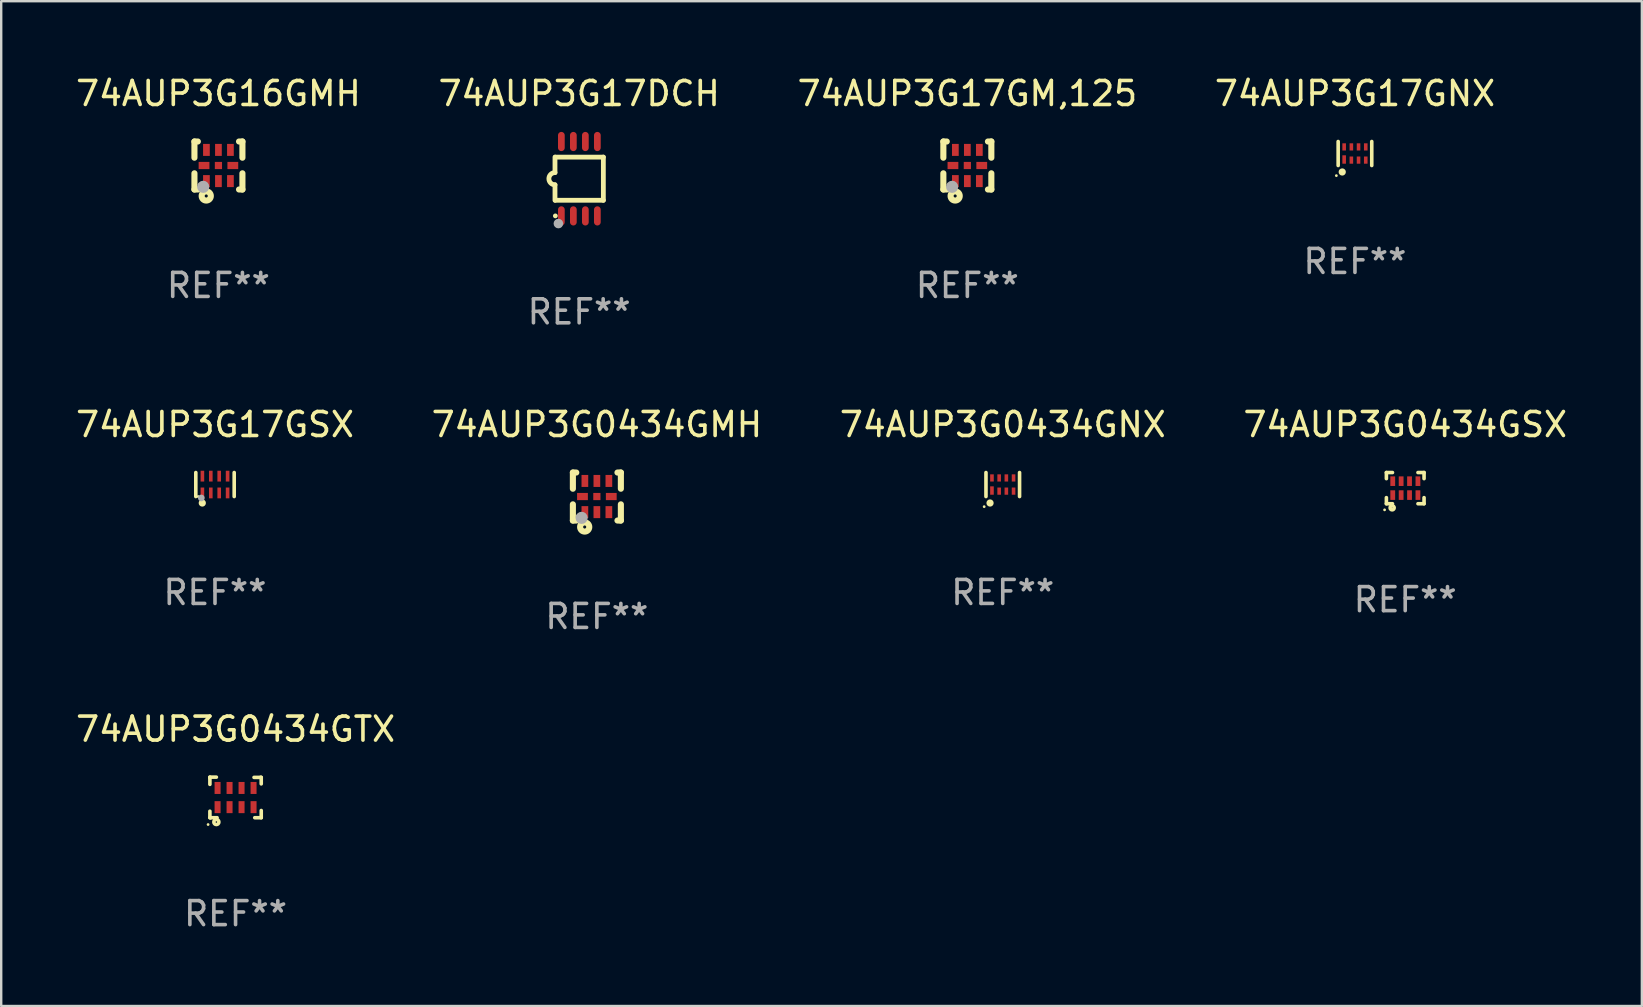
<source format=kicad_pcb>
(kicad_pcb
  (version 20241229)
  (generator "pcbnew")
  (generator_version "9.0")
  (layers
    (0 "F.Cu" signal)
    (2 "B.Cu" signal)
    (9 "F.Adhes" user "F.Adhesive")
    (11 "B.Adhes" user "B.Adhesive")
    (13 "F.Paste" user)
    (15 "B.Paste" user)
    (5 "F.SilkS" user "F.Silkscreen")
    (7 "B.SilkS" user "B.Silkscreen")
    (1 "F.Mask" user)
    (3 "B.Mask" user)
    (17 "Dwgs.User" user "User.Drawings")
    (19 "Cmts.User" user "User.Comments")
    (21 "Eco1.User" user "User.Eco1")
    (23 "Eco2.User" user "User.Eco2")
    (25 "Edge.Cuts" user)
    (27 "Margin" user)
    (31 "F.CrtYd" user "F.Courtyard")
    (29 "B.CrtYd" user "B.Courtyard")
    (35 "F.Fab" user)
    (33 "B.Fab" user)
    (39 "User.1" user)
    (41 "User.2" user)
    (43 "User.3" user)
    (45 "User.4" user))
  (footprint "74AUP3G17DCH"
    (layer "F.Cu")
    (at 21.089 4.398)
    (property "Reference" "74AUP3G17DCH" (at 0 -3.55 0) (layer "F.SilkS") (effects (font (size 1 1) (thickness 0.15))))
    (attr through_hole)
    (fp_line (start -1.008 -0.254) (end -1.008 -0.9) (stroke (width 0.2) (type solid)) (layer "F.SilkS"))
    (fp_line (start -1.008 0.254) (end -1.008 0.9) (stroke (width 0.2) (type solid)) (layer "F.SilkS"))
    (fp_line (start -0.992 0.9) (end 1.008 0.9) (stroke (width 0.2) (type solid)) (layer "F.SilkS"))
    (fp_line (start 1.008 -0.9) (end -0.992 -0.9) (stroke (width 0.2) (type solid)) (layer "F.SilkS"))
    (fp_line (start 1.008 0.9) (end 1.008 -0.9) (stroke (width 0.2) (type solid)) (layer "F.SilkS"))
    (fp_arc (start -1.008001 0.254001) (mid -1.262002 0) (end -1.008001 -0.254001) (stroke (width 0.2) (type solid)) (layer "F.SilkS"))
    (fp_circle (center -0.992 1.55) (end -0.942 1.55) (stroke (width 0.1) (type solid)) (fill no) (layer "F.SilkS"))
    (fp_circle (center -0.866 1.87) (end -0.766 1.87) (stroke (width 0.2) (type solid)) (fill no) (layer "F.Fab"))
    (fp_text user "REF**" (at 0 5.55 0) (layer "F.Fab") (effects (font (size 1 1) (thickness 0.15))))
    (pad "1" smd oval (at -0.742 1.55 270) (size 0.8 0.28) (layers "F.Cu" "F.Mask" "F.Paste"))
    (pad "2" smd oval (at -0.242 1.55 270) (size 0.8 0.28) (layers "F.Cu" "F.Mask" "F.Paste"))
    (pad "3" smd oval (at 0.258 1.55 270) (size 0.8 0.28) (layers "F.Cu" "F.Mask" "F.Paste"))
    (pad "4" smd oval (at 0.758 1.55 270) (size 0.8 0.28) (layers "F.Cu" "F.Mask" "F.Paste"))
    (pad "5" smd oval (at 0.758 -1.55 270) (size 0.8 0.28) (layers "F.Cu" "F.Mask" "F.Paste"))
    (pad "6" smd oval (at 0.258 -1.55 270) (size 0.8 0.28) (layers "F.Cu" "F.Mask" "F.Paste"))
    (pad "7" smd oval (at -0.242 -1.55 270) (size 0.8 0.28) (layers "F.Cu" "F.Mask" "F.Paste"))
    (pad "8" smd oval (at -0.742 -1.55 270) (size 0.8 0.28) (layers "F.Cu" "F.Mask" "F.Paste")))
  (footprint "74AUP3G0434GMH"
    (layer "F.Cu")
    (at 21.827 17.645)
    (property "Reference" "74AUP3G0434GMH" (at 0 -3 0) (layer "F.SilkS") (effects (font (size 1 1) (thickness 0.15))))
    (attr through_hole)
    (fp_line (start -1 -1) (end -0.858 -1) (stroke (width 0.254) (type solid)) (layer "F.SilkS"))
    (fp_line (start -1 -0.325) (end -1 -1) (stroke (width 0.254) (type solid)) (layer "F.SilkS"))
    (fp_line (start -1 1) (end -1 0.325) (stroke (width 0.254) (type solid)) (layer "F.SilkS"))
    (fp_line (start -0.858 1) (end -1 1) (stroke (width 0.254) (type solid)) (layer "F.SilkS"))
    (fp_line (start 0.858 -1) (end 1 -1) (stroke (width 0.254) (type solid)) (layer "F.SilkS"))
    (fp_line (start 1 -1) (end 1 -0.325) (stroke (width 0.254) (type solid)) (layer "F.SilkS"))
    (fp_line (start 1 0.325) (end 1 1) (stroke (width 0.254) (type solid)) (layer "F.SilkS"))
    (fp_line (start 1 1) (end 0.858 1) (stroke (width 0.254) (type solid)) (layer "F.SilkS"))
    (fp_circle (center -0.8 0.8) (end -0.77 0.8) (stroke (width 0.06) (type solid)) (fill no) (layer "F.SilkS"))
    (fp_circle (center -0.508 1.27) (end -0.444 1.27) (stroke (width 0.254) (type solid)) (fill no) (layer "F.SilkS"))
    (fp_circle (center -0.635 0.889) (end -0.508 0.889) (stroke (width 0.254) (type solid)) (fill no) (layer "F.Fab"))
    (fp_text user "REF**" (at 0 5 0) (layer "F.Fab") (effects (font (size 1 1) (thickness 0.15))))
    (pad "1" smd rect (at -0.5 0.65 90) (size 0.5 0.28) (layers "F.Cu" "F.Mask" "F.Paste"))
    (pad "2" smd rect (at 0.000013 0.65 90) (size 0.5 0.28) (layers "F.Cu" "F.Mask" "F.Paste"))
    (pad "3" smd rect (at 0.5 0.65 90) (size 0.5 0.28) (layers "F.Cu" "F.Mask" "F.Paste"))
    (pad "4" smd rect (at 0.6 0.000076 180) (size 0.45 0.3) (layers "F.Cu" "F.Mask" "F.Paste"))
    (pad "5" smd rect (at 0.5 -0.65 90) (size 0.5 0.28) (layers "F.Cu" "F.Mask" "F.Paste"))
    (pad "6" smd rect (at 0.000013 -0.65 90) (size 0.5 0.28) (layers "F.Cu" "F.Mask" "F.Paste"))
    (pad "7" smd rect (at -0.5 -0.65 90) (size 0.5 0.28) (layers "F.Cu" "F.Mask" "F.Paste"))
    (pad "8" smd rect (at -0.6 0.000076 180) (size 0.45 0.3) (layers "F.Cu" "F.Mask" "F.Paste"))
    (pad "9" smd rect (at 0.000013 0.000076 180) (size 0.3 0.3) (layers "F.Cu" "F.Mask" "F.Paste")))
  (footprint "74AUP3G0434GNX"
    (layer "F.Cu")
    (at 38.744 17.145)
    (property "Reference" "74AUP3G0434GNX" (at 0 -2.5 0) (layer "F.SilkS") (effects (font (size 1 1) (thickness 0.15))))
    (attr through_hole)
    (fp_line (start -0.7 -0.5) (end -0.7 0.5) (stroke (width 0.15) (type solid)) (layer "F.SilkS"))
    (fp_line (start 0.7 -0.5) (end 0.7 0.5) (stroke (width 0.15) (type solid)) (layer "F.SilkS"))
    (fp_circle (center -0.775 0.922) (end -0.745 0.922) (stroke (width 0.06) (type solid)) (fill no) (layer "F.SilkS"))
    (fp_circle (center -0.53 0.77) (end -0.454 0.77) (stroke (width 0.15) (type solid)) (fill no) (layer "F.SilkS"))
    (fp_text user "REF**" (at 0 4.5 0) (layer "F.Fab") (effects (font (size 1 1) (thickness 0.15))))
    (pad "1" smd rect (at -0.45 0.25) (size 0.15 0.35) (layers "F.Cu" "F.Mask" "F.Paste"))
    (pad "2" smd rect (at -0.15 0.275) (size 0.15 0.3) (layers "F.Cu" "F.Mask" "F.Paste"))
    (pad "3" smd rect (at 0.15 0.275) (size 0.15 0.3) (layers "F.Cu" "F.Mask" "F.Paste"))
    (pad "4" smd rect (at 0.45 0.275) (size 0.15 0.3) (layers "F.Cu" "F.Mask" "F.Paste"))
    (pad "5" smd rect (at 0.45 -0.275) (size 0.15 0.3) (layers "F.Cu" "F.Mask" "F.Paste"))
    (pad "6" smd rect (at 0.15 -0.275) (size 0.15 0.3) (layers "F.Cu" "F.Mask" "F.Paste"))
    (pad "7" smd rect (at -0.15 -0.275) (size 0.15 0.3) (layers "F.Cu" "F.Mask" "F.Paste"))
    (pad "8" smd rect (at -0.45 -0.275) (size 0.15 0.3) (layers "F.Cu" "F.Mask" "F.Paste")))
  (footprint "74AUP3G0434GTX"
    (layer "F.Cu")
    (at 6.768 30.186)
    (property "Reference" "74AUP3G0434GTX" (at 0 -2.845 0) (layer "F.SilkS") (effects (font (size 1 1) (thickness 0.15))))
    (attr through_hole)
    (fp_line (start -1.07 -0.845) (end -0.8 -0.845) (stroke (width 0.15) (type solid)) (layer "F.SilkS"))
    (fp_line (start -1.07 -0.815) (end -1.07 -0.845) (stroke (width 0.15) (type solid)) (layer "F.SilkS"))
    (fp_line (start -1.07 -0.545) (end -1.07 -0.815) (stroke (width 0.15) (type solid)) (layer "F.SilkS"))
    (fp_line (start -1.07 0.845) (end -1.07 0.575) (stroke (width 0.15) (type solid)) (layer "F.SilkS"))
    (fp_line (start -1.04 0.845) (end -1.07 0.845) (stroke (width 0.15) (type solid)) (layer "F.SilkS"))
    (fp_line (start -0.77 0.845) (end -1.04 0.845) (stroke (width 0.15) (type solid)) (layer "F.SilkS"))
    (fp_line (start 0.77 -0.835) (end 1.04 -0.835) (stroke (width 0.15) (type solid)) (layer "F.SilkS"))
    (fp_line (start 1.04 -0.835) (end 1.07 -0.835) (stroke (width 0.15) (type solid)) (layer "F.SilkS"))
    (fp_line (start 1.07 0.545) (end 1.07 0.815) (stroke (width 0.15) (type solid)) (layer "F.SilkS"))
    (fp_line (start 1.07 0.815) (end 1.07 0.845) (stroke (width 0.15) (type solid)) (layer "F.SilkS"))
    (fp_line (start 1.07 0.845) (end 0.8 0.845) (stroke (width 0.15) (type solid)) (layer "F.SilkS"))
    (fp_line (start 1.07 -0.835) (end 1.07 -0.565) (stroke (width 0.15) (type solid)) (layer "F.SilkS"))
    (fp_circle (center -1.145 1.13) (end -1.115 1.13) (stroke (width 0.06) (type solid)) (fill no) (layer "F.SilkS"))
    (fp_circle (center -0.8 1.025) (end -0.77 1.025) (stroke (width 0.15) (type solid)) (fill no) (layer "F.SilkS"))
    (fp_text user "REF**" (at 0 4.845 0) (layer "F.Fab") (effects (font (size 1 1) (thickness 0.15))))
    (pad "1" smd rect (at -0.75 0.405) (size 0.25 0.5) (layers "F.Cu" "F.Mask" "F.Paste"))
    (pad "2" smd rect (at -0.25 0.405) (size 0.25 0.5) (layers "F.Cu" "F.Mask" "F.Paste"))
    (pad "3" smd rect (at 0.25 0.405) (size 0.25 0.5) (layers "F.Cu" "F.Mask" "F.Paste"))
    (pad "4" smd rect (at 0.75 0.405) (size 0.25 0.5) (layers "F.Cu" "F.Mask" "F.Paste"))
    (pad "5" smd rect (at 0.75 -0.395) (size 0.25 0.5) (layers "F.Cu" "F.Mask" "F.Paste"))
    (pad "6" smd rect (at 0.25 -0.395) (size 0.25 0.5) (layers "F.Cu" "F.Mask" "F.Paste"))
    (pad "7" smd rect (at -0.25 -0.395) (size 0.25 0.5) (layers "F.Cu" "F.Mask" "F.Paste"))
    (pad "8" smd rect (at -0.75 -0.395) (size 0.25 0.5) (layers "F.Cu" "F.Mask" "F.Paste")))
  (footprint "74AUP3G17GNX"
    (layer "F.Cu")
    (at 53.423 3.348)
    (property "Reference" "74AUP3G17GNX" (at 0 -2.5 0) (layer "F.SilkS") (effects (font (size 1 1) (thickness 0.15))))
    (attr through_hole)
    (fp_line (start -0.7 -0.5) (end -0.7 0.5) (stroke (width 0.15) (type solid)) (layer "F.SilkS"))
    (fp_line (start 0.7 -0.5) (end 0.7 0.5) (stroke (width 0.15) (type solid)) (layer "F.SilkS"))
    (fp_circle (center -0.775 0.922) (end -0.745 0.922) (stroke (width 0.06) (type solid)) (fill no) (layer "F.SilkS"))
    (fp_circle (center -0.53 0.77) (end -0.454 0.77) (stroke (width 0.15) (type solid)) (fill no) (layer "F.SilkS"))
    (fp_text user "REF**" (at 0 4.5 0) (layer "F.Fab") (effects (font (size 1 1) (thickness 0.15))))
    (pad "1" smd rect (at -0.45 0.25) (size 0.15 0.35) (layers "F.Cu" "F.Mask" "F.Paste"))
    (pad "2" smd rect (at -0.15 0.275) (size 0.15 0.3) (layers "F.Cu" "F.Mask" "F.Paste"))
    (pad "3" smd rect (at 0.15 0.275) (size 0.15 0.3) (layers "F.Cu" "F.Mask" "F.Paste"))
    (pad "4" smd rect (at 0.45 0.275) (size 0.15 0.3) (layers "F.Cu" "F.Mask" "F.Paste"))
    (pad "5" smd rect (at 0.45 -0.275) (size 0.15 0.3) (layers "F.Cu" "F.Mask" "F.Paste"))
    (pad "6" smd rect (at 0.15 -0.275) (size 0.15 0.3) (layers "F.Cu" "F.Mask" "F.Paste"))
    (pad "7" smd rect (at -0.15 -0.275) (size 0.15 0.3) (layers "F.Cu" "F.Mask" "F.Paste"))
    (pad "8" smd rect (at -0.45 -0.275) (size 0.15 0.3) (layers "F.Cu" "F.Mask" "F.Paste")))
  (footprint "74AUP3G17GM,125"
    (layer "F.Cu")
    (at 37.268 3.848)
    (property "Reference" "74AUP3G17GM,125" (at 0 -3 0) (layer "F.SilkS") (effects (font (size 1 1) (thickness 0.15))))
    (attr through_hole)
    (fp_line (start -1 -1) (end -0.858 -1) (stroke (width 0.254) (type solid)) (layer "F.SilkS"))
    (fp_line (start -1 -0.325) (end -1 -1) (stroke (width 0.254) (type solid)) (layer "F.SilkS"))
    (fp_line (start -1 1) (end -1 0.325) (stroke (width 0.254) (type solid)) (layer "F.SilkS"))
    (fp_line (start -0.858 1) (end -1 1) (stroke (width 0.254) (type solid)) (layer "F.SilkS"))
    (fp_line (start 0.858 -1) (end 1 -1) (stroke (width 0.254) (type solid)) (layer "F.SilkS"))
    (fp_line (start 1 -1) (end 1 -0.325) (stroke (width 0.254) (type solid)) (layer "F.SilkS"))
    (fp_line (start 1 0.325) (end 1 1) (stroke (width 0.254) (type solid)) (layer "F.SilkS"))
    (fp_line (start 1 1) (end 0.858 1) (stroke (width 0.254) (type solid)) (layer "F.SilkS"))
    (fp_circle (center -0.8 0.8) (end -0.77 0.8) (stroke (width 0.06) (type solid)) (fill no) (layer "F.SilkS"))
    (fp_circle (center -0.508 1.27) (end -0.444 1.27) (stroke (width 0.254) (type solid)) (fill no) (layer "F.SilkS"))
    (fp_circle (center -0.635 0.889) (end -0.508 0.889) (stroke (width 0.254) (type solid)) (fill no) (layer "F.Fab"))
    (fp_text user "REF**" (at 0 5 0) (layer "F.Fab") (effects (font (size 1 1) (thickness 0.15))))
    (pad "1" smd rect (at -0.5 0.65 90) (size 0.5 0.28) (layers "F.Cu" "F.Mask" "F.Paste"))
    (pad "2" smd rect (at 0.000013 0.65 90) (size 0.5 0.28) (layers "F.Cu" "F.Mask" "F.Paste"))
    (pad "3" smd rect (at 0.5 0.65 90) (size 0.5 0.28) (layers "F.Cu" "F.Mask" "F.Paste"))
    (pad "4" smd rect (at 0.6 0.000076 180) (size 0.45 0.3) (layers "F.Cu" "F.Mask" "F.Paste"))
    (pad "5" smd rect (at 0.5 -0.65 90) (size 0.5 0.28) (layers "F.Cu" "F.Mask" "F.Paste"))
    (pad "6" smd rect (at 0.000013 -0.65 90) (size 0.5 0.28) (layers "F.Cu" "F.Mask" "F.Paste"))
    (pad "7" smd rect (at -0.5 -0.65 90) (size 0.5 0.28) (layers "F.Cu" "F.Mask" "F.Paste"))
    (pad "8" smd rect (at -0.6 0.000076 180) (size 0.45 0.3) (layers "F.Cu" "F.Mask" "F.Paste"))
    (pad "9" smd rect (at 0.000013 0.000076 180) (size 0.3 0.3) (layers "F.Cu" "F.Mask" "F.Paste")))
  (footprint "74AUP3G0434GSX"
    (layer "F.Cu")
    (at 55.518 17.295)
    (property "Reference" "74AUP3G0434GSX" (at 0 -2.65 0) (layer "F.SilkS") (effects (font (size 1 1) (thickness 0.15))))
    (attr through_hole)
    (fp_line (start -0.785 0.65) (end -0.785 0.396) (stroke (width 0.15) (type solid)) (layer "F.SilkS"))
    (fp_line (start -0.785 -0.65) (end -0.531 -0.65) (stroke (width 0.15) (type solid)) (layer "F.SilkS"))
    (fp_line (start -0.785 -0.396) (end -0.785 -0.65) (stroke (width 0.15) (type solid)) (layer "F.SilkS"))
    (fp_line (start -0.531 0.65) (end -0.785 0.65) (stroke (width 0.15) (type solid)) (layer "F.SilkS"))
    (fp_line (start 0.531 -0.65) (end 0.785 -0.65) (stroke (width 0.15) (type solid)) (layer "F.SilkS"))
    (fp_line (start 0.785 -0.65) (end 0.785 -0.396) (stroke (width 0.15) (type solid)) (layer "F.SilkS"))
    (fp_line (start 0.785 0.396) (end 0.785 0.65) (stroke (width 0.15) (type solid)) (layer "F.SilkS"))
    (fp_line (start 0.785 0.65) (end 0.531 0.65) (stroke (width 0.15) (type solid)) (layer "F.SilkS"))
    (fp_circle (center -0.86 0.905) (end -0.83 0.905) (stroke (width 0.06) (type solid)) (fill no) (layer "F.SilkS"))
    (fp_circle (center -0.545 0.82) (end -0.535 0.82) (stroke (width 0.15) (type solid)) (fill no) (layer "F.SilkS"))
    (fp_text user "REF**" (at 0 4.65 0) (layer "F.Fab") (effects (font (size 1 1) (thickness 0.15))))
    (pad "1" smd rect (at -0.52 0.29) (size 0.2 0.4) (layers "F.Cu" "F.Mask" "F.Paste"))
    (pad "2" smd rect (at -0.17 0.29) (size 0.2 0.4) (layers "F.Cu" "F.Mask" "F.Paste"))
    (pad "3" smd rect (at 0.18 0.29) (size 0.2 0.4) (layers "F.Cu" "F.Mask" "F.Paste"))
    (pad "4" smd rect (at 0.53 0.29) (size 0.2 0.4) (layers "F.Cu" "F.Mask" "F.Paste"))
    (pad "5" smd rect (at 0.53 -0.29) (size 0.2 0.4) (layers "F.Cu" "F.Mask" "F.Paste"))
    (pad "6" smd rect (at 0.18 -0.29) (size 0.2 0.4) (layers "F.Cu" "F.Mask" "F.Paste"))
    (pad "7" smd rect (at -0.17 -0.29) (size 0.2 0.4) (layers "F.Cu" "F.Mask" "F.Paste"))
    (pad "8" smd rect (at -0.52 -0.29) (size 0.2 0.4) (layers "F.Cu" "F.Mask" "F.Paste")))
  (footprint "74AUP3G16GMH"
    (layer "F.Cu")
    (at 6.054 3.848)
    (property "Reference" "74AUP3G16GMH" (at 0 -3 0) (layer "F.SilkS") (effects (font (size 1 1) (thickness 0.15))))
    (attr through_hole)
    (fp_line (start -1 -1) (end -0.858 -1) (stroke (width 0.254) (type solid)) (layer "F.SilkS"))
    (fp_line (start -1 -0.325) (end -1 -1) (stroke (width 0.254) (type solid)) (layer "F.SilkS"))
    (fp_line (start -1 1) (end -1 0.325) (stroke (width 0.254) (type solid)) (layer "F.SilkS"))
    (fp_line (start -0.858 1) (end -1 1) (stroke (width 0.254) (type solid)) (layer "F.SilkS"))
    (fp_line (start 0.858 -1) (end 1 -1) (stroke (width 0.254) (type solid)) (layer "F.SilkS"))
    (fp_line (start 1 -1) (end 1 -0.325) (stroke (width 0.254) (type solid)) (layer "F.SilkS"))
    (fp_line (start 1 0.325) (end 1 1) (stroke (width 0.254) (type solid)) (layer "F.SilkS"))
    (fp_line (start 1 1) (end 0.858 1) (stroke (width 0.254) (type solid)) (layer "F.SilkS"))
    (fp_circle (center -0.8 0.8) (end -0.77 0.8) (stroke (width 0.06) (type solid)) (fill no) (layer "F.SilkS"))
    (fp_circle (center -0.508 1.27) (end -0.444 1.27) (stroke (width 0.254) (type solid)) (fill no) (layer "F.SilkS"))
    (fp_circle (center -0.635 0.889) (end -0.508 0.889) (stroke (width 0.254) (type solid)) (fill no) (layer "F.Fab"))
    (fp_text user "REF**" (at 0 5 0) (layer "F.Fab") (effects (font (size 1 1) (thickness 0.15))))
    (pad "1" smd rect (at -0.5 0.65 90) (size 0.5 0.28) (layers "F.Cu" "F.Mask" "F.Paste"))
    (pad "2" smd rect (at 0.000013 0.65 90) (size 0.5 0.28) (layers "F.Cu" "F.Mask" "F.Paste"))
    (pad "3" smd rect (at 0.5 0.65 90) (size 0.5 0.28) (layers "F.Cu" "F.Mask" "F.Paste"))
    (pad "4" smd rect (at 0.6 0.000076 180) (size 0.45 0.3) (layers "F.Cu" "F.Mask" "F.Paste"))
    (pad "5" smd rect (at 0.5 -0.65 90) (size 0.5 0.28) (layers "F.Cu" "F.Mask" "F.Paste"))
    (pad "6" smd rect (at 0.000013 -0.65 90) (size 0.5 0.28) (layers "F.Cu" "F.Mask" "F.Paste"))
    (pad "7" smd rect (at -0.5 -0.65 90) (size 0.5 0.28) (layers "F.Cu" "F.Mask" "F.Paste"))
    (pad "8" smd rect (at -0.6 0.000076 180) (size 0.45 0.3) (layers "F.Cu" "F.Mask" "F.Paste"))
    (pad "9" smd rect (at 0.000013 0.000076 180) (size 0.3 0.3) (layers "F.Cu" "F.Mask" "F.Paste")))
  (footprint "74AUP3G17GSX"
    (layer "F.Cu")
    (at 5.911 17.145)
    (property "Reference" "74AUP3G17GSX" (at 0 -2.5 0) (layer "F.SilkS") (effects (font (size 1 1) (thickness 0.15))))
    (attr through_hole)
    (fp_line (start -0.8 -0.5) (end -0.8 0.5) (stroke (width 0.15) (type solid)) (layer "F.SilkS"))
    (fp_line (start 0.8 -0.5) (end 0.8 0.5) (stroke (width 0.15) (type solid)) (layer "F.SilkS"))
    (fp_circle (center -0.7 0.5) (end -0.67 0.5) (stroke (width 0.06) (type solid)) (fill no) (layer "F.SilkS"))
    (fp_circle (center -0.53 0.77) (end -0.454 0.77) (stroke (width 0.15) (type solid)) (fill no) (layer "F.SilkS"))
    (fp_circle (center -0.57 0.56) (end -0.5 0.56) (stroke (width 0.14) (type solid)) (fill no) (layer "F.Fab"))
    (fp_text user "REF**" (at 0 4.5 0) (layer "F.Fab") (effects (font (size 1 1) (thickness 0.15))))
    (pad "1" smd rect (at -0.525 0.35) (size 0.15 0.45) (layers "F.Cu" "F.Mask" "F.Paste"))
    (pad "2" smd rect (at -0.175 0.35) (size 0.15 0.45) (layers "F.Cu" "F.Mask" "F.Paste"))
    (pad "3" smd rect (at 0.175 0.35) (size 0.15 0.45) (layers "F.Cu" "F.Mask" "F.Paste"))
    (pad "4" smd rect (at 0.525 0.35) (size 0.15 0.45) (layers "F.Cu" "F.Mask" "F.Paste"))
    (pad "5" smd rect (at 0.525 -0.35) (size 0.15 0.45) (layers "F.Cu" "F.Mask" "F.Paste"))
    (pad "6" smd rect (at 0.175 -0.35) (size 0.15 0.45) (layers "F.Cu" "F.Mask" "F.Paste"))
    (pad "7" smd rect (at -0.175 -0.35) (size 0.15 0.45) (layers "F.Cu" "F.Mask" "F.Paste"))
    (pad "8" smd rect (at -0.525 -0.35) (size 0.15 0.45) (layers "F.Cu" "F.Mask" "F.Paste")))
  (gr_rect
    (start -3 -3)
    (end 65.381 38.879)
    (stroke (width 0.1) (type default))
    (fill no)
    (layer "Edge.Cuts")))
</source>
